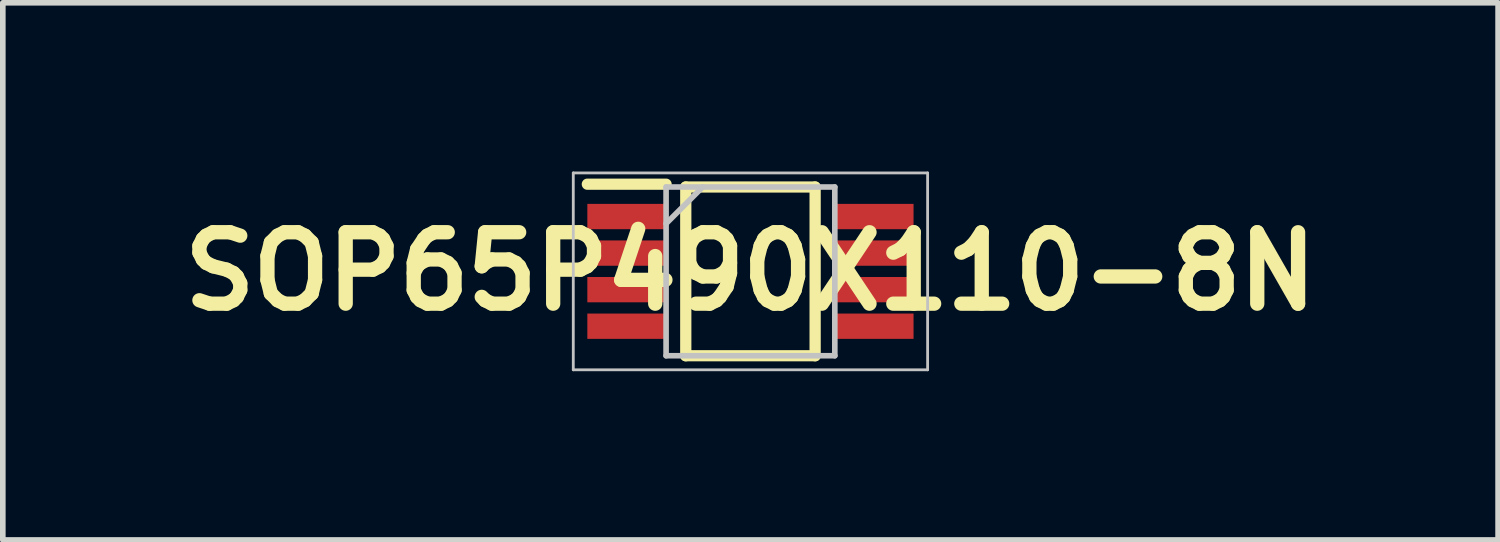
<source format=kicad_pcb>
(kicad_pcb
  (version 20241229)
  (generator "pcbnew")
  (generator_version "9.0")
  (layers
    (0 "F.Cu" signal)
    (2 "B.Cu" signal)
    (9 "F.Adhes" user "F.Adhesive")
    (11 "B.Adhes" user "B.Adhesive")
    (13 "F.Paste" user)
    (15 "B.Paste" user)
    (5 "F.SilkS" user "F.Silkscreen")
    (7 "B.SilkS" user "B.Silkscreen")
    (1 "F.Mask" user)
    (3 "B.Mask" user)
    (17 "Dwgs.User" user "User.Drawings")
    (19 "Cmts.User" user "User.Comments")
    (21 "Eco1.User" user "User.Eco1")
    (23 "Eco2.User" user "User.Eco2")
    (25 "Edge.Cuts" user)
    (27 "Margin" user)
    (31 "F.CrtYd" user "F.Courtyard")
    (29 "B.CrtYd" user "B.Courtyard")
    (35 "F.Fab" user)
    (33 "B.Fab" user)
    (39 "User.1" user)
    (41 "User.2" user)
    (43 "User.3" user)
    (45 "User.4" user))
  (footprint "SOP65P490X110-8N"
    (layer "F.Cu")
    (at 10.293 1.775)
    (property "Reference" "SOP65P490X110-8N" (at 0 0 0) (layer "F.SilkS") (effects (font (size 1.27 1.27) (thickness 0.254))))
    (attr smd)
    (fp_line (start -2.9 -1.55) (end -1.5 -1.55) (stroke (width 0.2) (type solid)) (layer "F.SilkS"))
    (fp_line (start -1.15 -1.5) (end 1.15 -1.5) (stroke (width 0.2) (type solid)) (layer "F.SilkS"))
    (fp_line (start -1.15 1.5) (end -1.15 -1.5) (stroke (width 0.2) (type solid)) (layer "F.SilkS"))
    (fp_line (start 1.15 -1.5) (end 1.15 1.5) (stroke (width 0.2) (type solid)) (layer "F.SilkS"))
    (fp_line (start 1.15 1.5) (end -1.15 1.5) (stroke (width 0.2) (type solid)) (layer "F.SilkS"))
    (fp_line (start -3.15 -1.75) (end 3.15 -1.75) (stroke (width 0.05) (type solid)) (layer "Dwgs.User"))
    (fp_line (start -3.15 1.75) (end -3.15 -1.75) (stroke (width 0.05) (type solid)) (layer "Dwgs.User"))
    (fp_line (start -1.5 -1.5) (end 1.5 -1.5) (stroke (width 0.1) (type solid)) (layer "Dwgs.User"))
    (fp_line (start -1.5 -0.85) (end -0.85 -1.5) (stroke (width 0.1) (type solid)) (layer "Dwgs.User"))
    (fp_line (start -1.5 1.5) (end -1.5 -1.5) (stroke (width 0.1) (type solid)) (layer "Dwgs.User"))
    (fp_line (start 1.5 -1.5) (end 1.5 1.5) (stroke (width 0.1) (type solid)) (layer "Dwgs.User"))
    (fp_line (start 1.5 1.5) (end -1.5 1.5) (stroke (width 0.1) (type solid)) (layer "Dwgs.User"))
    (fp_line (start 3.15 -1.75) (end 3.15 1.75) (stroke (width 0.05) (type solid)) (layer "Dwgs.User"))
    (fp_line (start 3.15 1.75) (end -3.15 1.75) (stroke (width 0.05) (type solid)) (layer "Dwgs.User"))
    (pad "1" smd rect (at -2.2 -0.975 90) (size 0.45 1.4) (layers "F.Cu" "F.Mask" "F.Paste"))
    (pad "2" smd rect (at -2.2 -0.325 90) (size 0.45 1.4) (layers "F.Cu" "F.Mask" "F.Paste"))
    (pad "3" smd rect (at -2.2 0.325 90) (size 0.45 1.4) (layers "F.Cu" "F.Mask" "F.Paste"))
    (pad "4" smd rect (at -2.2 0.975 90) (size 0.45 1.4) (layers "F.Cu" "F.Mask" "F.Paste"))
    (pad "5" smd rect (at 2.2 0.975 90) (size 0.45 1.4) (layers "F.Cu" "F.Mask" "F.Paste"))
    (pad "6" smd rect (at 2.2 0.325 90) (size 0.45 1.4) (layers "F.Cu" "F.Mask" "F.Paste"))
    (pad "7" smd rect (at 2.2 -0.325 90) (size 0.45 1.4) (layers "F.Cu" "F.Mask" "F.Paste"))
    (pad "8" smd rect (at 2.2 -0.975 90) (size 0.45 1.4) (layers "F.Cu" "F.Mask" "F.Paste")))
  (gr_rect
    (start -3 -3)
    (end 23.586 6.55)
    (stroke (width 0.1) (type default))
    (fill no)
    (layer "Edge.Cuts")))
</source>
